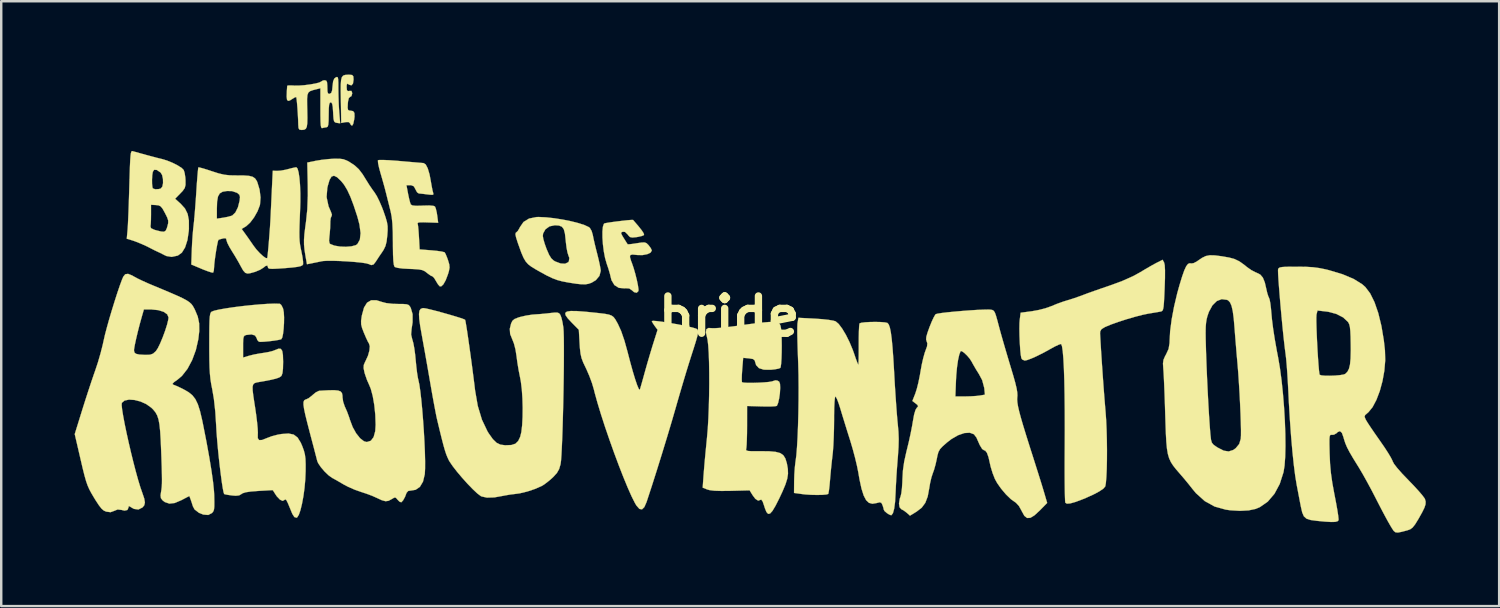
<source format=kicad_pcb>
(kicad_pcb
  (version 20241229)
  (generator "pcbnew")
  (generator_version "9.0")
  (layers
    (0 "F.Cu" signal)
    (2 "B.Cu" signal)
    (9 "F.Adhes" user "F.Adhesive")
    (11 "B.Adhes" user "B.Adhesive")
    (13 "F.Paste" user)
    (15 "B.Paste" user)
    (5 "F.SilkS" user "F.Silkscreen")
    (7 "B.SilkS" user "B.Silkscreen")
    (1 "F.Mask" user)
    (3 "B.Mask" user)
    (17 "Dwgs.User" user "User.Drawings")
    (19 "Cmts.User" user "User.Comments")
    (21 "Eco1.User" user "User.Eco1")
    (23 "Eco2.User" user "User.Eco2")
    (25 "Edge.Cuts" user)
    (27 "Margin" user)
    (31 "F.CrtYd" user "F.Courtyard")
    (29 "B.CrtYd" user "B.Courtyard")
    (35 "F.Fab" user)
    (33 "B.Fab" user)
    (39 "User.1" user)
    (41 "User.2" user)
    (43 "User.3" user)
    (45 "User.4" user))
  (footprint "bride"
    (layer "F.Cu")
    (at 26.755 9.883)
    (property "Reference" "bride" (at 0 0 0) (layer "F.SilkS") (effects (font (size 1.524 1.524) (thickness 0.3))))
    (attr through_hole)
    (fp_poly (pts (xy -15.409 -9.867) (xy -15.362 -9.811) (xy -15.353 -9.684) (xy -15.376 -9.517) (xy -15.44 -9.444) (xy -15.539 -9.473) (xy -15.553 -9.485) (xy -15.609 -9.514) (xy -15.632 -9.463) (xy -15.635 -9.37) (xy -15.625 -9.247) (xy -15.58 -9.208) (xy -15.522 -9.217) (xy -15.437 -9.217) (xy -15.41 -9.135) (xy -15.409 -9.11) (xy -15.438 -9.004) (xy -15.489 -8.975) (xy -15.545 -8.928) (xy -15.579 -8.784) (xy -15.587 -8.692) (xy -15.594 -8.525) (xy -15.578 -8.441) (xy -15.529 -8.413) (xy -15.483 -8.41) (xy -15.371 -8.39) (xy -15.318 -8.315) (xy -15.313 -8.164) (xy -15.328 -8.043) (xy -15.367 -7.866) (xy -15.414 -7.794) (xy -15.466 -7.831) (xy -15.489 -7.881) (xy -15.551 -7.944) (xy -15.679 -7.941) (xy -15.69 -7.939) (xy -15.856 -7.906) (xy -15.872 -8.841) (xy -15.878 -9.206) (xy -15.876 -9.474) (xy -15.862 -9.658) (xy -15.831 -9.776) (xy -15.777 -9.842) (xy -15.695 -9.87) (xy -15.581 -9.878) (xy -15.526 -9.878) (xy -15.409 -9.867)) (stroke (width 0.01) (type solid)) (fill yes) (layer "F.SilkS"))
    (fp_poly (pts (xy -3.926 -3.942) (xy -3.712 -3.693) (xy -3.57 -3.514) (xy -3.495 -3.398) (xy -3.478 -3.334) (xy -3.484 -3.323) (xy -3.565 -3.287) (xy -3.715 -3.252) (xy -3.792 -3.239) (xy -3.957 -3.224) (xy -4.054 -3.244) (xy -4.123 -3.313) (xy -4.145 -3.346) (xy -4.256 -3.453) (xy -4.346 -3.46) (xy -4.406 -3.436) (xy -4.414 -3.39) (xy -4.367 -3.295) (xy -4.307 -3.197) (xy -4.22 -3.058) (xy -4.161 -2.966) (xy -4.148 -2.947) (xy -4.09 -2.947) (xy -3.952 -2.963) (xy -3.775 -2.99) (xy -3.578 -3.019) (xy -3.458 -3.023) (xy -3.38 -2.995) (xy -3.309 -2.928) (xy -3.288 -2.904) (xy -3.201 -2.787) (xy -3.161 -2.696) (xy -3.161 -2.692) (xy -3.212 -2.607) (xy -3.347 -2.543) (xy -3.535 -2.507) (xy -3.749 -2.508) (xy -3.783 -2.512) (xy -3.952 -2.529) (xy -4.04 -2.508) (xy -4.056 -2.431) (xy -4.012 -2.278) (xy -3.972 -2.173) (xy -3.903 -1.971) (xy -3.835 -1.735) (xy -3.775 -1.494) (xy -3.73 -1.277) (xy -3.706 -1.113) (xy -3.708 -1.035) (xy -3.779 -0.966) (xy -3.886 -0.991) (xy -3.974 -1.067) (xy -4.082 -1.141) (xy -4.237 -1.151) (xy -4.279 -1.146) (xy -4.508 -1.166) (xy -4.69 -1.28) (xy -4.808 -1.477) (xy -4.832 -1.569) (xy -4.871 -1.731) (xy -4.935 -1.95) (xy -5.006 -2.159) (xy -5.072 -2.39) (xy -5.123 -2.659) (xy -5.159 -2.944) (xy -5.178 -3.221) (xy -5.179 -3.468) (xy -5.161 -3.661) (xy -5.122 -3.779) (xy -5.093 -3.803) (xy -4.988 -3.824) (xy -4.815 -3.851) (xy -4.602 -3.879) (xy -4.379 -3.906) (xy -4.173 -3.929) (xy -4.015 -3.942) (xy -3.932 -3.944) (xy -3.926 -3.942)) (stroke (width 0.01) (type solid)) (fill yes) (layer "F.SilkS"))
    (fp_poly (pts (xy -7.486 -4.049) (xy -7.149 -4.012) (xy -6.799 -3.957) (xy -6.461 -3.889) (xy -6.157 -3.812) (xy -5.909 -3.731) (xy -5.74 -3.652) (xy -5.694 -3.616) (xy -5.622 -3.494) (xy -5.574 -3.331) (xy -5.573 -3.326) (xy -5.546 -3.189) (xy -5.498 -2.976) (xy -5.436 -2.723) (xy -5.396 -2.568) (xy -5.334 -2.316) (xy -5.285 -2.09) (xy -5.255 -1.923) (xy -5.249 -1.861) (xy -5.302 -1.656) (xy -5.449 -1.481) (xy -5.622 -1.377) (xy -5.746 -1.333) (xy -5.875 -1.311) (xy -6.033 -1.312) (xy -6.247 -1.334) (xy -6.543 -1.38) (xy -6.591 -1.388) (xy -6.826 -1.433) (xy -7.031 -1.488) (xy -7.233 -1.565) (xy -7.46 -1.674) (xy -7.74 -1.828) (xy -7.916 -1.928) (xy -8.086 -2.032) (xy -8.215 -2.131) (xy -8.316 -2.245) (xy -8.405 -2.396) (xy -8.495 -2.605) (xy -8.599 -2.894) (xy -8.642 -3.015) (xy -8.71 -3.23) (xy -8.722 -3.29) (xy -7.617 -3.29) (xy -7.595 -3.161) (xy -7.539 -2.967) (xy -7.462 -2.752) (xy -7.456 -2.738) (xy -7.358 -2.514) (xy -7.269 -2.371) (xy -7.167 -2.279) (xy -7.106 -2.244) (xy -6.889 -2.163) (xy -6.705 -2.153) (xy -6.578 -2.214) (xy -6.553 -2.248) (xy -6.532 -2.389) (xy -6.57 -2.491) (xy -6.608 -2.612) (xy -6.646 -2.808) (xy -6.675 -3.043) (xy -6.681 -3.108) (xy -6.711 -3.381) (xy -6.758 -3.561) (xy -6.835 -3.665) (xy -6.955 -3.714) (xy -7.125 -3.725) (xy -7.34 -3.681) (xy -7.508 -3.562) (xy -7.604 -3.392) (xy -7.617 -3.29) (xy -8.722 -3.29) (xy -8.735 -3.359) (xy -8.72 -3.421) (xy -8.705 -3.43) (xy -8.637 -3.494) (xy -8.564 -3.62) (xy -8.553 -3.645) (xy -8.406 -3.859) (xy -8.178 -3.999) (xy -7.877 -4.06) (xy -7.789 -4.063) (xy -7.486 -4.049)) (stroke (width 0.01) (type solid)) (fill yes) (layer "F.SilkS"))
    (fp_poly (pts (xy -15.773 -6.425) (xy -15.629 -6.371) (xy -15.519 -6.311) (xy -15.307 -6.171) (xy -15.138 -6.015) (xy -14.982 -5.811) (xy -14.844 -5.588) (xy -14.714 -5.379) (xy -14.575 -5.174) (xy -14.495 -5.066) (xy -14.402 -4.919) (xy -14.294 -4.701) (xy -14.185 -4.446) (xy -14.131 -4.304) (xy -14.042 -4.044) (xy -13.987 -3.852) (xy -13.961 -3.692) (xy -13.959 -3.525) (xy -13.973 -3.316) (xy -14.002 -3.062) (xy -14.048 -2.878) (xy -14.122 -2.724) (xy -14.178 -2.638) (xy -14.297 -2.464) (xy -14.405 -2.3) (xy -14.44 -2.244) (xy -14.534 -2.123) (xy -14.629 -2.097) (xy -14.732 -2.139) (xy -14.838 -2.169) (xy -15.032 -2.198) (xy -15.288 -2.224) (xy -15.58 -2.246) (xy -15.882 -2.263) (xy -16.17 -2.272) (xy -16.417 -2.273) (xy -16.599 -2.263) (xy -16.651 -2.255) (xy -16.852 -2.213) (xy -17.04 -2.175) (xy -17.082 -2.166) (xy -17.258 -2.132) (xy -17.322 -2.496) (xy -17.358 -2.729) (xy -17.377 -2.932) (xy -17.378 -3.135) (xy -17.361 -3.37) (xy -17.324 -3.669) (xy -17.296 -3.871) (xy -17.244 -4.368) (xy -17.225 -4.873) (xy -16.455 -4.873) (xy -16.375 -4.5) (xy -16.279 -4.279) (xy -16.236 -4.154) (xy -16.254 -4.093) (xy -16.287 -4.021) (xy -16.303 -3.88) (xy -16.303 -3.82) (xy -16.309 -3.612) (xy -16.328 -3.374) (xy -16.338 -3.292) (xy -16.354 -3.098) (xy -16.334 -2.99) (xy -16.305 -2.959) (xy -16.136 -2.893) (xy -15.912 -2.855) (xy -15.669 -2.845) (xy -15.441 -2.863) (xy -15.265 -2.91) (xy -15.199 -2.952) (xy -15.095 -3.136) (xy -15.065 -3.403) (xy -15.111 -3.753) (xy -15.196 -4.075) (xy -15.345 -4.528) (xy -15.48 -4.886) (xy -15.61 -5.166) (xy -15.741 -5.383) (xy -15.861 -5.532) (xy -16.025 -5.688) (xy -16.153 -5.75) (xy -16.253 -5.715) (xy -16.335 -5.577) (xy -16.407 -5.332) (xy -16.426 -5.249) (xy -16.455 -4.873) (xy -17.225 -4.873) (xy -17.222 -4.938) (xy -17.225 -5.388) (xy -17.244 -6.288) (xy -16.905 -6.359) (xy -16.66 -6.399) (xy -16.373 -6.431) (xy -16.168 -6.444) (xy -15.937 -6.446) (xy -15.773 -6.425)) (stroke (width 0.01) (type solid)) (fill yes) (layer "F.SilkS"))
    (fp_poly (pts (xy -6.224 -0.217) (xy -5.871 -0.19) (xy -5.656 -0.169) (xy -5.323 -0.134) (xy -5.082 -0.105) (xy -4.914 -0.073) (xy -4.799 -0.029) (xy -4.718 0.034) (xy -4.651 0.124) (xy -4.579 0.251) (xy -4.551 0.301) (xy -4.416 0.595) (xy -4.279 0.994) (xy -4.155 1.442) (xy -4.042 1.875) (xy -3.938 2.251) (xy -3.844 2.562) (xy -3.764 2.798) (xy -3.702 2.948) (xy -3.661 3.003) (xy -3.649 2.992) (xy -3.623 2.906) (xy -3.574 2.736) (xy -3.51 2.508) (xy -3.441 2.258) (xy -3.349 1.932) (xy -3.245 1.578) (xy -3.146 1.249) (xy -3.093 1.079) (xy -2.925 0.549) (xy -3.043 0.39) (xy -3.122 0.274) (xy -3.16 0.198) (xy -3.161 0.193) (xy -3.109 0.182) (xy -2.97 0.191) (xy -2.764 0.216) (xy -2.513 0.254) (xy -2.24 0.301) (xy -1.967 0.352) (xy -1.715 0.405) (xy -1.506 0.454) (xy -1.363 0.496) (xy -1.313 0.52) (xy -1.282 0.555) (xy -1.269 0.607) (xy -1.274 0.691) (xy -1.304 0.823) (xy -1.359 1.017) (xy -1.444 1.289) (xy -1.556 1.637) (xy -1.647 1.924) (xy -1.76 2.291) (xy -1.885 2.708) (xy -2.014 3.146) (xy -2.139 3.577) (xy -2.173 3.697) (xy -2.341 4.277) (xy -2.534 4.922) (xy -2.741 5.6) (xy -2.952 6.277) (xy -3.156 6.919) (xy -3.344 7.492) (xy -3.377 7.592) (xy -3.467 7.797) (xy -3.562 7.889) (xy -3.667 7.87) (xy -3.785 7.738) (xy -3.847 7.636) (xy -3.983 7.366) (xy -4.143 7.007) (xy -4.321 6.576) (xy -4.51 6.092) (xy -4.703 5.574) (xy -4.893 5.041) (xy -5.075 4.51) (xy -5.24 4.001) (xy -5.382 3.532) (xy -5.496 3.122) (xy -5.528 2.991) (xy -5.606 2.728) (xy -5.717 2.428) (xy -5.839 2.148) (xy -5.855 2.116) (xy -5.963 1.89) (xy -6.033 1.707) (xy -6.074 1.524) (xy -6.1 1.3) (xy -6.112 1.107) (xy -6.144 0.548) (xy -6.438 0.25) (xy -6.596 0.08) (xy -6.686 -0.049) (xy -6.699 -0.14) (xy -6.631 -0.196) (xy -6.475 -0.22) (xy -6.224 -0.217)) (stroke (width 0.01) (type solid)) (fill yes) (layer "F.SilkS"))
    (fp_poly (pts (xy -16 -9.773) (xy -15.983 -9.703) (xy -15.975 -9.559) (xy -15.974 -9.323) (xy -15.974 -9.296) (xy -15.969 -8.992) (xy -15.958 -8.667) (xy -15.941 -8.38) (xy -15.937 -8.329) (xy -15.9 -7.892) (xy -16.036 -7.911) (xy -16.106 -7.929) (xy -16.148 -7.975) (xy -16.171 -8.075) (xy -16.184 -8.253) (xy -16.188 -8.34) (xy -16.203 -8.563) (xy -16.227 -8.692) (xy -16.266 -8.745) (xy -16.287 -8.749) (xy -16.327 -8.727) (xy -16.352 -8.65) (xy -16.365 -8.498) (xy -16.369 -8.252) (xy -16.369 -8.241) (xy -16.373 -7.99) (xy -16.386 -7.834) (xy -16.411 -7.754) (xy -16.449 -7.733) (xy -16.573 -7.713) (xy -16.618 -7.699) (xy -16.653 -7.696) (xy -16.678 -7.732) (xy -16.694 -7.819) (xy -16.703 -7.976) (xy -16.707 -8.216) (xy -16.708 -8.495) (xy -16.708 -9.326) (xy -16.846 -9.291) (xy -17.013 -9.249) (xy -17.128 -9.208) (xy -17.2 -9.149) (xy -17.238 -9.051) (xy -17.252 -8.894) (xy -17.251 -8.659) (xy -17.245 -8.428) (xy -17.24 -8.111) (xy -17.245 -7.891) (xy -17.265 -7.749) (xy -17.305 -7.668) (xy -17.37 -7.631) (xy -17.466 -7.621) (xy -17.484 -7.621) (xy -17.564 -7.634) (xy -17.602 -7.697) (xy -17.613 -7.838) (xy -17.613 -7.86) (xy -17.619 -8.047) (xy -17.631 -8.271) (xy -17.646 -8.503) (xy -17.663 -8.714) (xy -17.68 -8.877) (xy -17.695 -8.961) (xy -17.697 -8.966) (xy -17.751 -8.953) (xy -17.845 -8.896) (xy -17.957 -8.826) (xy -18.031 -8.809) (xy -18.073 -8.858) (xy -18.087 -8.985) (xy -18.08 -9.203) (xy -18.065 -9.426) (xy -18.013 -9.439) (xy -17.882 -9.44) (xy -17.782 -9.435) (xy -17.594 -9.434) (xy -17.368 -9.45) (xy -17.134 -9.48) (xy -16.921 -9.517) (xy -16.759 -9.558) (xy -16.678 -9.598) (xy -16.676 -9.601) (xy -16.6 -9.644) (xy -16.535 -9.652) (xy -16.469 -9.636) (xy -16.437 -9.571) (xy -16.426 -9.429) (xy -16.425 -9.366) (xy -16.42 -9.196) (xy -16.396 -9.114) (xy -16.346 -9.095) (xy -16.327 -9.098) (xy -16.264 -9.138) (xy -16.228 -9.243) (xy -16.211 -9.412) (xy -16.188 -9.608) (xy -16.14 -9.721) (xy -16.084 -9.766) (xy -16.033 -9.788) (xy -16 -9.773)) (stroke (width 0.01) (type solid)) (fill yes) (layer "F.SilkS"))
    (fp_poly (pts (xy -24.39 -6.756) (xy -24.112 -6.678) (xy -23.823 -6.598) (xy -23.553 -6.526) (xy -23.332 -6.468) (xy -23.199 -6.436) (xy -22.983 -6.372) (xy -22.754 -6.279) (xy -22.542 -6.172) (xy -22.378 -6.067) (xy -22.295 -5.983) (xy -22.257 -5.86) (xy -22.229 -5.675) (xy -22.222 -5.56) (xy -22.222 -5.375) (xy -22.253 -5.249) (xy -22.334 -5.132) (xy -22.429 -5.032) (xy -22.647 -4.809) (xy -22.415 -4.6) (xy -22.243 -4.408) (xy -22.135 -4.19) (xy -22.084 -3.921) (xy -22.083 -3.578) (xy -22.089 -3.492) (xy -22.143 -3.12) (xy -22.239 -2.82) (xy -22.371 -2.605) (xy -22.535 -2.487) (xy -22.54 -2.485) (xy -22.787 -2.432) (xy -23 -2.467) (xy -23.086 -2.507) (xy -23.25 -2.591) (xy -23.368 -2.646) (xy -23.507 -2.712) (xy -23.594 -2.757) (xy -23.799 -2.862) (xy -24.051 -2.975) (xy -24.292 -3.071) (xy -24.405 -3.109) (xy -24.623 -3.174) (xy -24.589 -3.548) (xy -24.581 -3.671) (xy -23.655 -3.671) (xy -23.629 -3.604) (xy -23.503 -3.543) (xy -23.424 -3.52) (xy -23.224 -3.47) (xy -23.103 -3.461) (xy -23.034 -3.501) (xy -22.987 -3.601) (xy -22.964 -3.676) (xy -22.93 -3.812) (xy -22.93 -3.922) (xy -22.972 -4.047) (xy -23.061 -4.225) (xy -23.158 -4.4) (xy -23.236 -4.496) (xy -23.322 -4.539) (xy -23.429 -4.551) (xy -23.632 -4.562) (xy -23.632 -4.158) (xy -23.635 -3.945) (xy -23.644 -3.771) (xy -23.655 -3.672) (xy -23.655 -3.671) (xy -24.581 -3.671) (xy -24.578 -3.71) (xy -24.566 -3.964) (xy -24.552 -4.29) (xy -24.539 -4.666) (xy -24.526 -5.072) (xy -24.518 -5.352) (xy -24.511 -5.59) (xy -23.591 -5.59) (xy -23.589 -5.413) (xy -23.574 -5.278) (xy -23.556 -5.231) (xy -23.458 -5.196) (xy -23.311 -5.205) (xy -23.232 -5.227) (xy -23.169 -5.305) (xy -23.14 -5.449) (xy -23.144 -5.621) (xy -23.179 -5.78) (xy -23.241 -5.881) (xy -23.398 -5.987) (xy -23.505 -5.992) (xy -23.559 -5.909) (xy -23.582 -5.769) (xy -23.591 -5.59) (xy -24.511 -5.59) (xy -24.505 -5.793) (xy -24.494 -6.133) (xy -24.482 -6.385) (xy -24.469 -6.561) (xy -24.454 -6.674) (xy -24.434 -6.735) (xy -24.41 -6.757) (xy -24.39 -6.756)) (stroke (width 0.01) (type solid)) (fill yes) (layer "F.SilkS"))
    (fp_poly (pts (xy 17.781 -2.2) (xy 17.805 -2.093) (xy 17.817 -1.883) (xy 17.816 -1.569) (xy 17.802 -1.155) (xy 17.787 -0.811) (xy 17.773 -0.563) (xy 17.758 -0.395) (xy 17.738 -0.291) (xy 17.712 -0.234) (xy 17.675 -0.208) (xy 17.644 -0.199) (xy 17.53 -0.178) (xy 17.344 -0.147) (xy 17.132 -0.112) (xy 16.886 -0.061) (xy 16.576 0.02) (xy 16.237 0.119) (xy 15.902 0.228) (xy 15.604 0.334) (xy 15.378 0.429) (xy 15.353 0.441) (xy 15.22 0.523) (xy 15.167 0.616) (xy 15.163 0.707) (xy 15.181 1.034) (xy 15.206 1.446) (xy 15.237 1.914) (xy 15.271 2.41) (xy 15.307 2.905) (xy 15.343 3.372) (xy 15.377 3.783) (xy 15.388 3.911) (xy 15.412 4.25) (xy 15.429 4.637) (xy 15.44 5.05) (xy 15.445 5.469) (xy 15.443 5.875) (xy 15.435 6.247) (xy 15.42 6.565) (xy 15.4 6.808) (xy 15.376 6.948) (xy 15.304 7.035) (xy 15.14 7.148) (xy 14.896 7.279) (xy 14.586 7.419) (xy 14.467 7.469) (xy 14.161 7.584) (xy 13.944 7.645) (xy 13.807 7.655) (xy 13.743 7.618) (xy 13.734 7.549) (xy 13.727 7.379) (xy 13.721 7.122) (xy 13.717 6.791) (xy 13.715 6.399) (xy 13.715 5.957) (xy 13.717 5.48) (xy 13.718 5.427) (xy 13.721 4.61) (xy 13.719 3.867) (xy 13.712 3.202) (xy 13.701 2.622) (xy 13.684 2.13) (xy 13.663 1.73) (xy 13.637 1.428) (xy 13.608 1.229) (xy 13.574 1.135) (xy 13.561 1.129) (xy 13.473 1.156) (xy 13.323 1.226) (xy 13.161 1.315) (xy 12.875 1.473) (xy 12.601 1.611) (xy 12.36 1.72) (xy 12.175 1.788) (xy 12.081 1.806) (xy 11.978 1.761) (xy 11.945 1.707) (xy 11.92 1.567) (xy 11.898 1.346) (xy 11.881 1.075) (xy 11.869 0.785) (xy 11.864 0.51) (xy 11.868 0.279) (xy 11.877 0.155) (xy 11.915 -0.15) (xy 12.384 -0.212) (xy 12.652 -0.261) (xy 12.922 -0.33) (xy 13.14 -0.406) (xy 13.157 -0.413) (xy 13.394 -0.51) (xy 13.661 -0.606) (xy 13.801 -0.649) (xy 14.053 -0.727) (xy 14.33 -0.823) (xy 14.478 -0.878) (xy 14.661 -0.947) (xy 14.919 -1.039) (xy 15.22 -1.144) (xy 15.53 -1.25) (xy 15.574 -1.265) (xy 16.073 -1.449) (xy 16.508 -1.643) (xy 16.788 -1.796) (xy 17.021 -1.935) (xy 17.249 -2.067) (xy 17.432 -2.168) (xy 17.482 -2.194) (xy 17.719 -2.314) (xy 17.781 -2.2)) (stroke (width 0.01) (type solid)) (fill yes) (layer "F.SilkS"))
    (fp_poly (pts (xy -14.123 -6.393) (xy -13.891 -6.383) (xy -13.608 -6.363) (xy -13.434 -6.348) (xy -13.128 -6.321) (xy -12.859 -6.298) (xy -12.649 -6.28) (xy -12.519 -6.269) (xy -12.49 -6.268) (xy -12.403 -6.21) (xy -12.321 -6.053) (xy -12.248 -5.809) (xy -12.199 -5.551) (xy -12.162 -5.337) (xy -12.127 -5.157) (xy -12.099 -5.05) (xy -12.098 -5.048) (xy -12.087 -4.991) (xy -12.129 -4.968) (xy -12.248 -4.976) (xy -12.332 -4.986) (xy -12.509 -5.008) (xy -12.646 -5.022) (xy -12.683 -5.024) (xy -12.755 -5.071) (xy -12.819 -5.187) (xy -12.821 -5.193) (xy -12.889 -5.318) (xy -12.996 -5.361) (xy -13.035 -5.362) (xy -13.19 -5.362) (xy -13.123 -5.004) (xy -13.081 -4.806) (xy -13.04 -4.649) (xy -13.011 -4.573) (xy -12.947 -4.536) (xy -12.806 -4.52) (xy -12.571 -4.525) (xy -12.522 -4.528) (xy -12.257 -4.534) (xy -12.086 -4.518) (xy -12.025 -4.491) (xy -11.989 -4.402) (xy -11.952 -4.244) (xy -11.934 -4.128) (xy -11.894 -3.827) (xy -12.255 -3.839) (xy -12.494 -3.846) (xy -12.64 -3.844) (xy -12.714 -3.832) (xy -12.736 -3.805) (xy -12.728 -3.768) (xy -12.714 -3.682) (xy -12.698 -3.514) (xy -12.683 -3.296) (xy -12.678 -3.217) (xy -12.652 -2.738) (xy -12.161 -2.699) (xy -11.935 -2.677) (xy -11.753 -2.651) (xy -11.643 -2.624) (xy -11.626 -2.615) (xy -11.584 -2.538) (xy -11.525 -2.392) (xy -11.491 -2.295) (xy -11.44 -2.124) (xy -11.429 -1.994) (xy -11.456 -1.848) (xy -11.493 -1.724) (xy -11.585 -1.48) (xy -11.681 -1.309) (xy -11.771 -1.226) (xy -11.831 -1.229) (xy -11.898 -1.304) (xy -11.977 -1.433) (xy -11.988 -1.453) (xy -12.062 -1.574) (xy -12.124 -1.635) (xy -12.133 -1.637) (xy -12.205 -1.67) (xy -12.321 -1.753) (xy -12.354 -1.78) (xy -12.446 -1.849) (xy -12.546 -1.893) (xy -12.681 -1.919) (xy -12.882 -1.934) (xy -13.066 -1.941) (xy -13.343 -1.956) (xy -13.548 -1.983) (xy -13.664 -2.017) (xy -13.676 -2.026) (xy -13.705 -2.102) (xy -13.726 -2.265) (xy -13.739 -2.524) (xy -13.744 -2.886) (xy -13.744 -3.009) (xy -13.749 -3.447) (xy -13.765 -3.792) (xy -13.793 -4.064) (xy -13.835 -4.283) (xy -13.837 -4.29) (xy -13.904 -4.559) (xy -13.978 -4.855) (xy -14.02 -5.024) (xy -14.081 -5.261) (xy -14.161 -5.548) (xy -14.242 -5.83) (xy -14.253 -5.866) (xy -14.312 -6.084) (xy -14.349 -6.259) (xy -14.358 -6.366) (xy -14.352 -6.385) (xy -14.284 -6.394) (xy -14.123 -6.393)) (stroke (width 0.01) (type solid)) (fill yes) (layer "F.SilkS"))
    (fp_poly (pts (xy 1.904 0.231) (xy 2.008 0.255) (xy 2.066 0.312) (xy 2.099 0.381) (xy 2.121 0.491) (xy 2.137 0.68) (xy 2.147 0.923) (xy 2.151 1.195) (xy 2.148 1.471) (xy 2.14 1.725) (xy 2.126 1.933) (xy 2.107 2.07) (xy 2.092 2.107) (xy 2.014 2.137) (xy 1.86 2.165) (xy 1.714 2.181) (xy 1.421 2.179) (xy 1.219 2.116) (xy 1.103 1.992) (xy 1.073 1.897) (xy 1.04 1.793) (xy 0.968 1.741) (xy 0.821 1.717) (xy 0.809 1.715) (xy 0.574 1.694) (xy 0.534 2.176) (xy 0.52 2.398) (xy 0.516 2.574) (xy 0.522 2.677) (xy 0.527 2.691) (xy 0.601 2.708) (xy 0.757 2.717) (xy 0.967 2.717) (xy 1.202 2.71) (xy 1.43 2.697) (xy 1.624 2.68) (xy 1.754 2.658) (xy 1.788 2.645) (xy 1.894 2.613) (xy 1.973 2.624) (xy 2.046 2.668) (xy 2.08 2.76) (xy 2.087 2.925) (xy 2.075 3.139) (xy 2.044 3.355) (xy 2.002 3.538) (xy 1.955 3.65) (xy 1.947 3.659) (xy 1.878 3.673) (xy 1.722 3.682) (xy 1.504 3.683) (xy 1.321 3.68) (xy 0.734 3.663) (xy 0.733 4.47) (xy 0.731 4.77) (xy 0.724 5.037) (xy 0.715 5.247) (xy 0.704 5.376) (xy 0.7 5.396) (xy 0.691 5.448) (xy 0.71 5.482) (xy 0.776 5.501) (xy 0.907 5.51) (xy 1.122 5.511) (xy 1.28 5.51) (xy 1.639 5.514) (xy 1.902 5.538) (xy 2.089 5.588) (xy 2.214 5.675) (xy 2.297 5.805) (xy 2.354 5.987) (xy 2.362 6.02) (xy 2.4 6.236) (xy 2.406 6.433) (xy 2.375 6.636) (xy 2.302 6.869) (xy 2.182 7.155) (xy 2.05 7.437) (xy 1.894 7.745) (xy 1.771 7.951) (xy 1.673 8.059) (xy 1.594 8.073) (xy 1.525 7.997) (xy 1.459 7.834) (xy 1.435 7.755) (xy 1.371 7.569) (xy 1.317 7.491) (xy 1.286 7.497) (xy 1.186 7.532) (xy 1.069 7.456) (xy 0.956 7.304) (xy 0.837 7.111) (xy 0.066 7.131) (xy -0.313 7.135) (xy -0.594 7.127) (xy -0.789 7.104) (xy -0.893 7.076) (xy -1.081 7.001) (xy -1.044 6.478) (xy -1.025 6.239) (xy -0.998 5.921) (xy -0.964 5.556) (xy -0.927 5.179) (xy -0.906 4.967) (xy -0.874 4.599) (xy -0.849 4.177) (xy -0.831 3.72) (xy -0.819 3.244) (xy -0.813 2.766) (xy -0.814 2.305) (xy -0.821 1.876) (xy -0.834 1.497) (xy -0.855 1.186) (xy -0.881 0.958) (xy -0.902 0.865) (xy -0.95 0.652) (xy -0.931 0.524) (xy -0.841 0.473) (xy -0.719 0.481) (xy -0.603 0.484) (xy -0.398 0.471) (xy -0.127 0.445) (xy 0.187 0.406) (xy 0.437 0.371) (xy 0.781 0.322) (xy 1.111 0.28) (xy 1.401 0.249) (xy 1.623 0.23) (xy 1.721 0.226) (xy 1.904 0.231)) (stroke (width 0.01) (type solid)) (fill yes) (layer "F.SilkS"))
    (fp_poly (pts (xy -12.389 -0.323) (xy -12.213 -0.282) (xy -11.982 -0.224) (xy -11.721 -0.153) (xy -11.452 -0.077) (xy -11.201 -0.003) (xy -10.992 0.062) (xy -10.847 0.113) (xy -10.793 0.139) (xy -10.777 0.201) (xy -10.75 0.359) (xy -10.712 0.596) (xy -10.668 0.897) (xy -10.618 1.246) (xy -10.565 1.626) (xy -10.512 2.021) (xy -10.461 2.414) (xy -10.413 2.791) (xy -10.386 3.02) (xy -10.275 3.66) (xy -10.105 4.223) (xy -9.879 4.698) (xy -9.826 4.784) (xy -9.659 5.018) (xy -9.509 5.165) (xy -9.351 5.242) (xy -9.159 5.268) (xy -9.148 5.268) (xy -8.901 5.258) (xy -8.735 5.204) (xy -8.622 5.091) (xy -8.542 4.925) (xy -8.494 4.731) (xy -8.461 4.45) (xy -8.443 4.109) (xy -8.439 3.733) (xy -8.45 3.349) (xy -8.475 2.981) (xy -8.515 2.656) (xy -8.548 2.484) (xy -8.605 2.197) (xy -8.658 1.874) (xy -8.691 1.623) (xy -8.733 1.355) (xy -8.796 1.111) (xy -8.856 0.958) (xy -8.952 0.721) (xy -8.966 0.507) (xy -8.913 0.291) (xy -8.859 0.181) (xy -8.77 0.106) (xy -8.613 0.044) (xy -8.541 0.023) (xy -8.301 -0.033) (xy -8.046 -0.072) (xy -7.94 -0.08) (xy -7.71 -0.096) (xy -7.446 -0.121) (xy -7.31 -0.137) (xy -7.118 -0.157) (xy -7.006 -0.153) (xy -6.941 -0.118) (xy -6.899 -0.06) (xy -6.855 0.057) (xy -6.811 0.244) (xy -6.777 0.451) (xy -6.766 0.61) (xy -6.758 0.864) (xy -6.755 1.197) (xy -6.755 1.595) (xy -6.757 2.043) (xy -6.763 2.527) (xy -6.771 3.031) (xy -6.781 3.541) (xy -6.794 4.042) (xy -6.807 4.52) (xy -6.822 4.959) (xy -6.839 5.345) (xy -6.855 5.662) (xy -6.872 5.898) (xy -6.89 6.035) (xy -6.89 6.038) (xy -6.95 6.243) (xy -7.042 6.404) (xy -7.196 6.571) (xy -7.218 6.592) (xy -7.386 6.738) (xy -7.549 6.863) (xy -7.643 6.923) (xy -7.921 7.048) (xy -8.245 7.157) (xy -8.56 7.233) (xy -8.721 7.255) (xy -8.944 7.282) (xy -9.166 7.32) (xy -9.229 7.333) (xy -9.599 7.399) (xy -9.9 7.408) (xy -10.119 7.36) (xy -10.154 7.343) (xy -10.292 7.239) (xy -10.477 7.066) (xy -10.69 6.846) (xy -10.911 6.601) (xy -11.121 6.352) (xy -11.3 6.122) (xy -11.429 5.933) (xy -11.466 5.866) (xy -11.519 5.751) (xy -11.569 5.625) (xy -11.619 5.472) (xy -11.675 5.277) (xy -11.741 5.023) (xy -11.823 4.693) (xy -11.924 4.272) (xy -11.94 4.205) (xy -11.975 4.043) (xy -12.023 3.793) (xy -12.082 3.48) (xy -12.146 3.127) (xy -12.21 2.758) (xy -12.214 2.738) (xy -12.286 2.321) (xy -12.364 1.873) (xy -12.442 1.432) (xy -12.514 1.035) (xy -12.56 0.779) (xy -12.628 0.395) (xy -12.667 0.107) (xy -12.678 -0.097) (xy -12.659 -0.23) (xy -12.611 -0.305) (xy -12.531 -0.336) (xy -12.487 -0.338) (xy -12.389 -0.323)) (stroke (width 0.01) (type solid)) (fill yes) (layer "F.SilkS"))
    (fp_poly (pts (xy -14.204 -0.593) (xy -14.018 -0.544) (xy -13.755 -0.514) (xy -13.55 -0.508) (xy -13.325 -0.506) (xy -13.185 -0.495) (xy -13.102 -0.466) (xy -13.05 -0.41) (xy -13.012 -0.341) (xy -12.94 -0.092) (xy -12.94 0.242) (xy -12.98 0.508) (xy -13 0.74) (xy -12.953 0.941) (xy -12.946 0.958) (xy -12.908 1.097) (xy -12.868 1.314) (xy -12.833 1.577) (xy -12.814 1.777) (xy -12.787 2.054) (xy -12.756 2.31) (xy -12.724 2.511) (xy -12.703 2.602) (xy -12.664 2.785) (xy -12.624 3.06) (xy -12.584 3.409) (xy -12.546 3.81) (xy -12.511 4.245) (xy -12.48 4.693) (xy -12.455 5.135) (xy -12.437 5.55) (xy -12.428 5.918) (xy -12.429 6.22) (xy -12.44 6.436) (xy -12.442 6.454) (xy -12.514 6.754) (xy -12.641 6.968) (xy -12.816 7.088) (xy -12.961 7.112) (xy -13.116 7.135) (xy -13.185 7.211) (xy -13.25 7.38) (xy -13.328 7.521) (xy -13.398 7.596) (xy -13.406 7.599) (xy -13.477 7.571) (xy -13.553 7.493) (xy -13.623 7.412) (xy -13.688 7.407) (xy -13.79 7.467) (xy -13.924 7.539) (xy -14.047 7.555) (xy -14.198 7.514) (xy -14.381 7.429) (xy -14.578 7.341) (xy -14.827 7.247) (xy -15.043 7.176) (xy -15.3 7.086) (xy -15.567 6.97) (xy -15.75 6.874) (xy -15.943 6.761) (xy -16.122 6.659) (xy -16.222 6.605) (xy -16.369 6.501) (xy -16.533 6.345) (xy -16.685 6.168) (xy -16.797 6.004) (xy -16.837 5.912) (xy -16.86 5.819) (xy -16.908 5.636) (xy -16.973 5.384) (xy -17.053 5.082) (xy -17.135 4.77) (xy -17.244 4.349) (xy -17.324 4.025) (xy -17.375 3.784) (xy -17.399 3.613) (xy -17.398 3.502) (xy -17.373 3.436) (xy -17.326 3.403) (xy -17.3 3.396) (xy -17.189 3.344) (xy -17.055 3.24) (xy -17.025 3.212) (xy -16.893 3.104) (xy -16.767 3.044) (xy -16.743 3.04) (xy -16.398 3.021) (xy -16.149 3.016) (xy -15.981 3.032) (xy -15.878 3.071) (xy -15.825 3.14) (xy -15.806 3.241) (xy -15.804 3.311) (xy -15.778 3.491) (xy -15.712 3.684) (xy -15.698 3.713) (xy -15.618 3.893) (xy -15.536 4.116) (xy -15.5 4.229) (xy -15.389 4.524) (xy -15.246 4.781) (xy -15.087 4.981) (xy -14.926 5.105) (xy -14.81 5.136) (xy -14.648 5.085) (xy -14.533 4.935) (xy -14.466 4.69) (xy -14.45 4.432) (xy -14.464 4.023) (xy -14.505 3.623) (xy -14.568 3.26) (xy -14.648 2.962) (xy -14.708 2.815) (xy -14.804 2.597) (xy -14.886 2.361) (xy -14.907 2.288) (xy -14.942 2.113) (xy -14.935 1.987) (xy -14.879 1.855) (xy -14.858 1.816) (xy -14.763 1.607) (xy -14.705 1.398) (xy -14.689 1.221) (xy -14.72 1.114) (xy -14.769 1.029) (xy -14.843 0.872) (xy -14.926 0.678) (xy -14.927 0.677) (xy -15.005 0.475) (xy -15.042 0.326) (xy -15.045 0.184) (xy -15.019 -0.002) (xy -15.009 -0.056) (xy -14.925 -0.36) (xy -14.801 -0.56) (xy -14.633 -0.658) (xy -14.415 -0.659) (xy -14.204 -0.593)) (stroke (width 0.01) (type solid)) (fill yes) (layer "F.SilkS"))
    (fp_poly (pts (xy 3.519 0.093) (xy 3.812 0.114) (xy 4.068 0.142) (xy 4.261 0.175) (xy 4.355 0.204) (xy 4.477 0.308) (xy 4.62 0.499) (xy 4.773 0.754) (xy 4.921 1.052) (xy 5.054 1.371) (xy 5.106 1.517) (xy 5.177 1.724) (xy 5.236 1.882) (xy 5.273 1.967) (xy 5.28 1.976) (xy 5.287 1.922) (xy 5.293 1.776) (xy 5.296 1.557) (xy 5.297 1.285) (xy 5.297 1.162) (xy 5.298 0.867) (xy 5.304 0.611) (xy 5.313 0.416) (xy 5.326 0.304) (xy 5.331 0.287) (xy 5.4 0.261) (xy 5.552 0.242) (xy 5.755 0.23) (xy 5.979 0.226) (xy 6.193 0.231) (xy 6.366 0.245) (xy 6.468 0.267) (xy 6.474 0.27) (xy 6.524 0.332) (xy 6.569 0.455) (xy 6.609 0.648) (xy 6.645 0.919) (xy 6.679 1.277) (xy 6.712 1.73) (xy 6.745 2.287) (xy 6.748 2.342) (xy 6.772 2.778) (xy 6.8 3.212) (xy 6.828 3.621) (xy 6.855 3.98) (xy 6.879 4.266) (xy 6.893 4.403) (xy 6.921 4.715) (xy 6.932 5.015) (xy 6.924 5.341) (xy 6.898 5.733) (xy 6.891 5.814) (xy 6.863 6.172) (xy 6.837 6.554) (xy 6.817 6.915) (xy 6.804 7.21) (xy 6.803 7.225) (xy 6.783 7.585) (xy 6.746 7.861) (xy 6.696 8.043) (xy 6.635 8.125) (xy 6.618 8.128) (xy 6.542 8.099) (xy 6.447 8.04) (xy 6.354 7.959) (xy 6.322 7.903) (xy 6.303 7.817) (xy 6.268 7.713) (xy 6.223 7.622) (xy 6.156 7.599) (xy 6.027 7.63) (xy 6.021 7.632) (xy 5.855 7.659) (xy 5.716 7.622) (xy 5.6 7.513) (xy 5.5 7.323) (xy 5.411 7.043) (xy 5.329 6.664) (xy 5.28 6.378) (xy 5.228 6.117) (xy 5.15 5.788) (xy 5.055 5.433) (xy 4.954 5.09) (xy 4.942 5.052) (xy 4.836 4.718) (xy 4.729 4.371) (xy 4.63 4.051) (xy 4.553 3.795) (xy 4.545 3.768) (xy 4.475 3.551) (xy 4.411 3.383) (xy 4.361 3.287) (xy 4.344 3.274) (xy 4.324 3.328) (xy 4.308 3.484) (xy 4.296 3.728) (xy 4.29 4.05) (xy 4.29 4.221) (xy 4.286 4.582) (xy 4.275 4.945) (xy 4.26 5.278) (xy 4.24 5.548) (xy 4.229 5.646) (xy 4.196 5.934) (xy 4.161 6.272) (xy 4.131 6.598) (xy 4.125 6.675) (xy 4.104 6.913) (xy 4.081 7.107) (xy 4.059 7.23) (xy 4.049 7.259) (xy 3.97 7.281) (xy 3.809 7.295) (xy 3.594 7.299) (xy 3.355 7.294) (xy 3.122 7.279) (xy 2.977 7.262) (xy 2.653 7.217) (xy 2.657 6.727) (xy 2.666 6.454) (xy 2.685 6.18) (xy 2.71 5.956) (xy 2.715 5.927) (xy 2.747 5.683) (xy 2.774 5.346) (xy 2.798 4.934) (xy 2.816 4.465) (xy 2.83 3.958) (xy 2.838 3.433) (xy 2.84 2.909) (xy 2.836 2.403) (xy 2.824 1.935) (xy 2.817 1.75) (xy 2.803 1.369) (xy 2.793 1.015) (xy 2.787 0.706) (xy 2.787 0.463) (xy 2.793 0.305) (xy 2.797 0.269) (xy 2.832 0.058) (xy 3.519 0.093)) (stroke (width 0.01) (type solid)) (fill yes) (layer "F.SilkS"))
    (fp_poly (pts (xy 19.853 -2.494) (xy 20.133 -2.458) (xy 20.15 -2.455) (xy 20.444 -2.404) (xy 20.665 -2.342) (xy 20.852 -2.252) (xy 21.045 -2.116) (xy 21.17 -2.015) (xy 21.341 -1.894) (xy 21.52 -1.801) (xy 21.564 -1.784) (xy 21.71 -1.71) (xy 21.817 -1.585) (xy 21.897 -1.386) (xy 21.957 -1.126) (xy 21.999 -0.946) (xy 22.043 -0.81) (xy 22.066 -0.766) (xy 22.095 -0.682) (xy 22.125 -0.518) (xy 22.15 -0.305) (xy 22.154 -0.252) (xy 22.189 0.127) (xy 22.238 0.513) (xy 22.304 0.936) (xy 22.391 1.425) (xy 22.438 1.665) (xy 22.515 2.117) (xy 22.582 2.622) (xy 22.638 3.161) (xy 22.683 3.717) (xy 22.716 4.271) (xy 22.735 4.805) (xy 22.74 5.3) (xy 22.73 5.738) (xy 22.704 6.101) (xy 22.661 6.368) (xy 22.507 6.849) (xy 22.29 7.253) (xy 22.018 7.571) (xy 21.696 7.796) (xy 21.52 7.87) (xy 21.235 7.93) (xy 20.88 7.949) (xy 20.489 7.926) (xy 20.298 7.899) (xy 19.843 7.772) (xy 19.44 7.549) (xy 19.082 7.226) (xy 18.937 7.052) (xy 18.78 6.853) (xy 18.59 6.623) (xy 18.418 6.423) (xy 18.269 6.251) (xy 18.15 6.1) (xy 18.057 5.955) (xy 17.986 5.802) (xy 17.934 5.624) (xy 17.897 5.405) (xy 17.871 5.131) (xy 17.852 4.785) (xy 17.837 4.353) (xy 17.826 4.01) (xy 17.813 3.583) (xy 17.799 3.177) (xy 17.784 2.809) (xy 17.77 2.499) (xy 17.757 2.265) (xy 17.747 2.131) (xy 17.734 1.925) (xy 17.755 1.774) (xy 17.821 1.623) (xy 17.859 1.556) (xy 17.963 1.331) (xy 18.003 1.091) (xy 18.006 0.991) (xy 18.025 0.637) (xy 19.477 0.637) (xy 19.48 0.92) (xy 19.49 1.289) (xy 19.495 1.468) (xy 19.514 1.998) (xy 19.537 2.544) (xy 19.563 3.086) (xy 19.59 3.603) (xy 19.618 4.074) (xy 19.645 4.477) (xy 19.67 4.793) (xy 19.675 4.843) (xy 19.697 5.039) (xy 19.732 5.161) (xy 19.801 5.247) (xy 19.927 5.335) (xy 19.972 5.364) (xy 20.217 5.489) (xy 20.42 5.521) (xy 20.604 5.462) (xy 20.708 5.388) (xy 20.85 5.216) (xy 20.914 5.003) (xy 20.922 4.87) (xy 20.923 4.643) (xy 20.916 4.339) (xy 20.904 3.978) (xy 20.886 3.578) (xy 20.865 3.156) (xy 20.839 2.732) (xy 20.812 2.323) (xy 20.782 1.949) (xy 20.769 1.806) (xy 20.742 1.501) (xy 20.712 1.134) (xy 20.681 0.756) (xy 20.66 0.48) (xy 20.626 0.082) (xy 20.586 -0.217) (xy 20.537 -0.43) (xy 20.476 -0.57) (xy 20.398 -0.653) (xy 20.353 -0.676) (xy 20.136 -0.705) (xy 19.935 -0.628) (xy 19.757 -0.453) (xy 19.612 -0.188) (xy 19.55 -0.01) (xy 19.518 0.117) (xy 19.496 0.255) (xy 19.482 0.422) (xy 19.477 0.637) (xy 18.025 0.637) (xy 18.028 0.594) (xy 18.09 0.12) (xy 18.188 -0.402) (xy 18.317 -0.947) (xy 18.407 -1.27) (xy 18.515 -1.624) (xy 18.605 -1.88) (xy 18.683 -2.049) (xy 18.756 -2.143) (xy 18.83 -2.174) (xy 18.887 -2.163) (xy 18.979 -2.175) (xy 19.111 -2.241) (xy 19.149 -2.268) (xy 19.33 -2.392) (xy 19.485 -2.467) (xy 19.648 -2.499) (xy 19.853 -2.494)) (stroke (width 0.01) (type solid)) (fill yes) (layer "F.SilkS"))
    (fp_poly (pts (xy -18.386 -0.517) (xy -18.363 -0.515) (xy -18.304 -0.462) (xy -18.242 -0.339) (xy -18.23 -0.306) (xy -18.204 -0.163) (xy -18.193 0.039) (xy -18.196 0.272) (xy -18.211 0.506) (xy -18.235 0.714) (xy -18.268 0.866) (xy -18.308 0.935) (xy -18.308 0.935) (xy -18.424 0.963) (xy -18.603 0.992) (xy -18.809 1.017) (xy -19.006 1.035) (xy -19.157 1.042) (xy -19.221 1.036) (xy -19.29 0.962) (xy -19.315 0.884) (xy -19.38 0.78) (xy -19.525 0.736) (xy -19.73 0.758) (xy -19.733 0.758) (xy -19.801 0.782) (xy -19.841 0.829) (xy -19.861 0.924) (xy -19.868 1.091) (xy -19.868 1.237) (xy -19.868 1.682) (xy -19.622 1.608) (xy -19.42 1.558) (xy -19.177 1.513) (xy -19.044 1.494) (xy -18.833 1.458) (xy -18.646 1.41) (xy -18.56 1.376) (xy -18.42 1.32) (xy -18.326 1.327) (xy -18.269 1.409) (xy -18.24 1.578) (xy -18.232 1.847) (xy -18.232 1.865) (xy -18.238 2.137) (xy -18.258 2.317) (xy -18.296 2.422) (xy -18.316 2.447) (xy -18.392 2.497) (xy -18.526 2.544) (xy -18.734 2.594) (xy -19.032 2.651) (xy -19.191 2.678) (xy -19.314 2.7) (xy -19.402 2.729) (xy -19.456 2.783) (xy -19.48 2.876) (xy -19.477 3.026) (xy -19.45 3.249) (xy -19.403 3.561) (xy -19.381 3.698) (xy -19.334 4.022) (xy -19.297 4.323) (xy -19.273 4.576) (xy -19.264 4.756) (xy -19.267 4.816) (xy -19.268 4.978) (xy -19.214 5.056) (xy -19.093 5.053) (xy -18.895 4.974) (xy -18.894 4.974) (xy -18.699 4.9) (xy -18.457 4.836) (xy -18.297 4.808) (xy -18.01 4.788) (xy -17.8 4.831) (xy -17.642 4.95) (xy -17.512 5.16) (xy -17.447 5.31) (xy -17.383 5.486) (xy -17.342 5.645) (xy -17.319 5.821) (xy -17.311 6.046) (xy -17.312 6.322) (xy -17.326 6.663) (xy -17.357 7.013) (xy -17.403 7.351) (xy -17.46 7.659) (xy -17.523 7.919) (xy -17.59 8.111) (xy -17.656 8.216) (xy -17.682 8.23) (xy -17.772 8.203) (xy -17.854 8.075) (xy -17.866 8.048) (xy -17.947 7.851) (xy -18.032 7.647) (xy -18.037 7.635) (xy -18.102 7.506) (xy -18.151 7.479) (xy -18.171 7.5) (xy -18.249 7.542) (xy -18.359 7.492) (xy -18.485 7.362) (xy -18.542 7.279) (xy -18.655 7.101) (xy -19.243 7.135) (xy -19.548 7.158) (xy -19.757 7.189) (xy -19.887 7.23) (xy -19.934 7.261) (xy -20.03 7.317) (xy -20.17 7.332) (xy -20.327 7.319) (xy -20.496 7.295) (xy -20.613 7.272) (xy -20.642 7.26) (xy -20.667 7.186) (xy -20.7 7.018) (xy -20.738 6.774) (xy -20.778 6.472) (xy -20.82 6.13) (xy -20.861 5.767) (xy -20.898 5.402) (xy -20.929 5.051) (xy -20.953 4.734) (xy -20.967 4.487) (xy -21.004 3.899) (xy -21.062 3.372) (xy -21.127 2.992) (xy -21.17 2.773) (xy -21.202 2.566) (xy -21.224 2.349) (xy -21.239 2.098) (xy -21.247 1.792) (xy -21.251 1.408) (xy -21.251 1.138) (xy -21.25 0.724) (xy -21.247 0.408) (xy -21.241 0.176) (xy -21.23 0.015) (xy -21.213 -0.09) (xy -21.191 -0.153) (xy -21.161 -0.188) (xy -21.159 -0.19) (xy -21.052 -0.232) (xy -20.854 -0.278) (xy -20.583 -0.326) (xy -20.261 -0.374) (xy -19.908 -0.419) (xy -19.544 -0.458) (xy -19.189 -0.49) (xy -18.864 -0.512) (xy -18.59 -0.522) (xy -18.386 -0.517)) (stroke (width 0.01) (type solid)) (fill yes) (layer "F.SilkS"))
    (fp_poly (pts (xy -17.643 -6.042) (xy -17.6 -5.893) (xy -17.566 -5.665) (xy -17.541 -5.374) (xy -17.528 -5.038) (xy -17.528 -4.674) (xy -17.534 -4.459) (xy -17.551 -4.03) (xy -17.563 -3.695) (xy -17.568 -3.436) (xy -17.566 -3.234) (xy -17.557 -3.071) (xy -17.539 -2.927) (xy -17.514 -2.785) (xy -17.483 -2.643) (xy -17.441 -2.426) (xy -17.417 -2.246) (xy -17.415 -2.135) (xy -17.418 -2.124) (xy -17.451 -2.084) (xy -17.524 -2.051) (xy -17.653 -2.024) (xy -17.853 -1.999) (xy -18.139 -1.974) (xy -18.443 -1.953) (xy -18.66 -1.943) (xy -18.787 -1.949) (xy -18.843 -1.976) (xy -18.852 -2.007) (xy -18.876 -2.08) (xy -18.951 -2.06) (xy -19.028 -1.998) (xy -19.173 -1.906) (xy -19.376 -1.821) (xy -19.582 -1.764) (xy -19.684 -1.752) (xy -19.777 -1.779) (xy -19.866 -1.878) (xy -19.952 -2.03) (xy -20.06 -2.228) (xy -20.198 -2.464) (xy -20.32 -2.66) (xy -20.431 -2.845) (xy -20.512 -3.006) (xy -20.546 -3.109) (xy -20.546 -3.114) (xy -20.566 -3.186) (xy -20.646 -3.194) (xy -20.701 -3.182) (xy -20.82 -3.15) (xy -20.876 -3.128) (xy -20.899 -3.063) (xy -20.93 -2.916) (xy -20.966 -2.717) (xy -21 -2.495) (xy -21.029 -2.281) (xy -21.048 -2.105) (xy -21.053 -2.021) (xy -21.064 -1.879) (xy -21.09 -1.794) (xy -21.096 -1.788) (xy -21.164 -1.798) (xy -21.308 -1.844) (xy -21.501 -1.917) (xy -21.562 -1.943) (xy -21.985 -2.121) (xy -21.965 -2.712) (xy -21.951 -3.014) (xy -21.93 -3.326) (xy -21.906 -3.598) (xy -21.894 -3.697) (xy -21.873 -3.889) (xy -21.864 -3.995) (xy -20.941 -3.995) (xy -20.673 -4.035) (xy -20.491 -4.07) (xy -20.345 -4.111) (xy -20.306 -4.128) (xy -20.182 -4.25) (xy -20.079 -4.459) (xy -20.012 -4.723) (xy -19.995 -4.879) (xy -20.02 -4.971) (xy -20.101 -5.043) (xy -20.113 -5.051) (xy -20.318 -5.121) (xy -20.525 -5.126) (xy -20.702 -5.097) (xy -20.822 -5.027) (xy -20.895 -4.898) (xy -20.931 -4.692) (xy -20.94 -4.41) (xy -20.941 -3.995) (xy -21.864 -3.995) (xy -21.848 -4.165) (xy -21.822 -4.495) (xy -21.796 -4.851) (xy -21.781 -5.08) (xy -21.76 -5.402) (xy -21.739 -5.682) (xy -21.72 -5.903) (xy -21.705 -6.045) (xy -21.697 -6.091) (xy -21.638 -6.084) (xy -21.496 -6.046) (xy -21.296 -5.984) (xy -21.153 -5.936) (xy -20.865 -5.844) (xy -20.631 -5.79) (xy -20.403 -5.766) (xy -20.15 -5.762) (xy -19.84 -5.76) (xy -19.623 -5.744) (xy -19.476 -5.706) (xy -19.379 -5.64) (xy -19.311 -5.54) (xy -19.286 -5.485) (xy -19.194 -5.182) (xy -19.155 -4.863) (xy -19.176 -4.577) (xy -19.187 -4.532) (xy -19.279 -4.294) (xy -19.418 -4.048) (xy -19.58 -3.834) (xy -19.74 -3.687) (xy -19.755 -3.678) (xy -19.926 -3.574) (xy -19.785 -3.381) (xy -19.673 -3.225) (xy -19.536 -3.027) (xy -19.447 -2.898) (xy -19.325 -2.737) (xy -19.185 -2.585) (xy -19.05 -2.461) (xy -18.942 -2.386) (xy -18.883 -2.379) (xy -18.872 -2.439) (xy -18.856 -2.59) (xy -18.835 -2.807) (xy -18.813 -3.068) (xy -18.791 -3.35) (xy -18.77 -3.63) (xy -18.754 -3.885) (xy -18.743 -4.092) (xy -18.736 -4.255) (xy -18.724 -4.5) (xy -18.71 -4.795) (xy -18.695 -5.11) (xy -18.693 -5.165) (xy -18.655 -5.955) (xy -18.486 -5.947) (xy -18.329 -5.958) (xy -18.128 -5.995) (xy -18.038 -6.018) (xy -17.865 -6.063) (xy -17.732 -6.091) (xy -17.692 -6.096) (xy -17.643 -6.042)) (stroke (width 0.01) (type solid)) (fill yes) (layer "F.SilkS"))
    (fp_poly (pts (xy 10.691 -0.275) (xy 10.764 -0.26) (xy 10.818 -0.226) (xy 10.864 -0.153) (xy 10.911 -0.021) (xy 10.97 0.189) (xy 11.017 0.367) (xy 11.088 0.632) (xy 11.184 0.971) (xy 11.295 1.353) (xy 11.411 1.745) (xy 11.494 2.022) (xy 11.611 2.411) (xy 11.695 2.71) (xy 11.749 2.935) (xy 11.777 3.103) (xy 11.784 3.23) (xy 11.779 3.292) (xy 11.773 3.391) (xy 11.782 3.516) (xy 11.808 3.676) (xy 11.855 3.882) (xy 11.926 4.146) (xy 12.023 4.477) (xy 12.149 4.887) (xy 12.306 5.387) (xy 12.416 5.729) (xy 12.529 6.086) (xy 12.641 6.44) (xy 12.743 6.765) (xy 12.825 7.032) (xy 12.871 7.186) (xy 13 7.626) (xy 12.697 7.934) (xy 12.482 8.132) (xy 12.314 8.234) (xy 12.18 8.241) (xy 12.068 8.154) (xy 11.967 7.972) (xy 11.96 7.956) (xy 11.845 7.749) (xy 11.719 7.613) (xy 11.688 7.594) (xy 11.518 7.472) (xy 11.321 7.282) (xy 11.126 7.053) (xy 10.958 6.816) (xy 10.864 6.646) (xy 10.771 6.41) (xy 10.692 6.15) (xy 10.667 6.04) (xy 10.603 5.757) (xy 10.538 5.577) (xy 10.469 5.488) (xy 10.424 5.475) (xy 10.343 5.42) (xy 10.243 5.257) (xy 10.125 4.989) (xy 10.113 4.958) (xy 10.005 4.817) (xy 9.834 4.755) (xy 9.614 4.769) (xy 9.359 4.857) (xy 9.084 5.016) (xy 8.904 5.155) (xy 8.73 5.308) (xy 8.621 5.425) (xy 8.556 5.541) (xy 8.514 5.69) (xy 8.49 5.817) (xy 8.438 6.051) (xy 8.374 6.277) (xy 8.326 6.409) (xy 8.268 6.585) (xy 8.214 6.818) (xy 8.18 7.022) (xy 8.116 7.365) (xy 8.018 7.622) (xy 7.873 7.818) (xy 7.667 7.977) (xy 7.661 7.981) (xy 7.392 8.146) (xy 7.266 8.032) (xy 7.141 7.937) (xy 7.041 7.884) (xy 6.967 7.803) (xy 6.943 7.651) (xy 6.973 7.459) (xy 7.009 7.356) (xy 7.039 7.229) (xy 7.064 7.025) (xy 7.08 6.779) (xy 7.084 6.66) (xy 7.104 6.301) (xy 7.156 5.936) (xy 7.248 5.522) (xy 7.267 5.447) (xy 7.345 5.126) (xy 7.419 4.788) (xy 7.479 4.479) (xy 7.511 4.29) (xy 7.561 4.014) (xy 7.618 3.823) (xy 7.671 3.737) (xy 7.724 3.677) (xy 7.698 3.621) (xy 7.626 3.561) (xy 7.49 3.458) (xy 7.563 3.274) (xy 9.247 3.274) (xy 9.633 3.273) (xy 9.87 3.267) (xy 10.096 3.253) (xy 10.237 3.237) (xy 10.455 3.2) (xy 10.429 2.927) (xy 10.343 2.604) (xy 10.211 2.357) (xy 10.085 2.155) (xy 9.968 1.953) (xy 9.909 1.844) (xy 9.828 1.72) (xy 9.717 1.592) (xy 9.602 1.484) (xy 9.508 1.42) (xy 9.463 1.419) (xy 9.408 1.557) (xy 9.357 1.783) (xy 9.315 2.074) (xy 9.284 2.406) (xy 9.273 2.611) (xy 9.247 3.274) (xy 7.563 3.274) (xy 7.61 3.154) (xy 7.671 2.964) (xy 7.736 2.704) (xy 7.795 2.416) (xy 7.822 2.258) (xy 7.872 1.978) (xy 7.933 1.71) (xy 7.994 1.491) (xy 8.026 1.402) (xy 8.091 1.222) (xy 8.102 1.101) (xy 8.075 1.023) (xy 8.052 0.943) (xy 8.061 0.831) (xy 8.109 0.664) (xy 8.19 0.439) (xy 8.278 0.221) (xy 8.361 0.042) (xy 8.426 -0.07) (xy 8.444 -0.09) (xy 8.521 -0.112) (xy 8.69 -0.139) (xy 8.928 -0.167) (xy 9.213 -0.195) (xy 9.524 -0.222) (xy 9.839 -0.246) (xy 10.137 -0.265) (xy 10.395 -0.276) (xy 10.592 -0.28) (xy 10.691 -0.275)) (stroke (width 0.01) (type solid)) (fill yes) (layer "F.SilkS"))
    (fp_poly (pts (xy -24.403 -1.672) (xy -24.328 -1.628) (xy -24.187 -1.552) (xy -23.977 -1.451) (xy -23.734 -1.342) (xy -23.622 -1.295) (xy -23.172 -1.107) (xy -22.814 -0.956) (xy -22.536 -0.834) (xy -22.326 -0.736) (xy -22.172 -0.653) (xy -22.063 -0.579) (xy -21.984 -0.508) (xy -21.926 -0.432) (xy -21.876 -0.344) (xy -21.839 -0.273) (xy -21.722 0.005) (xy -21.664 0.284) (xy -21.66 0.599) (xy -21.699 0.937) (xy -21.799 1.376) (xy -21.951 1.787) (xy -22.143 2.146) (xy -22.366 2.431) (xy -22.543 2.582) (xy -22.69 2.687) (xy -22.751 2.75) (xy -22.735 2.786) (xy -22.711 2.795) (xy -22.605 2.837) (xy -22.441 2.912) (xy -22.296 2.984) (xy -22.097 3.098) (xy -21.941 3.225) (xy -21.818 3.384) (xy -21.717 3.593) (xy -21.629 3.87) (xy -21.543 4.234) (xy -21.508 4.403) (xy -21.367 5.119) (xy -21.251 5.758) (xy -21.16 6.313) (xy -21.095 6.777) (xy -21.058 7.143) (xy -21.049 7.31) (xy -21.044 7.583) (xy -21.045 7.767) (xy -21.056 7.884) (xy -21.079 7.959) (xy -21.117 8.013) (xy -21.142 8.039) (xy -21.294 8.118) (xy -21.495 8.101) (xy -21.674 8.029) (xy -21.852 7.891) (xy -21.921 7.761) (xy -21.974 7.594) (xy -22.018 7.467) (xy -22.066 7.342) (xy -22.392 7.513) (xy -22.663 7.628) (xy -22.882 7.653) (xy -23.069 7.589) (xy -23.158 7.521) (xy -23.227 7.432) (xy -23.241 7.315) (xy -23.225 7.197) (xy -23.207 7.087) (xy -23.194 6.974) (xy -23.186 6.84) (xy -23.184 6.669) (xy -23.187 6.444) (xy -23.194 6.15) (xy -23.207 5.768) (xy -23.217 5.503) (xy -23.236 5.051) (xy -23.258 4.695) (xy -23.287 4.42) (xy -23.326 4.21) (xy -23.38 4.048) (xy -23.452 3.919) (xy -23.545 3.806) (xy -23.62 3.733) (xy -23.824 3.587) (xy -24.061 3.48) (xy -24.305 3.417) (xy -24.531 3.402) (xy -24.713 3.44) (xy -24.825 3.534) (xy -24.832 3.624) (xy -24.813 3.807) (xy -24.771 4.066) (xy -24.711 4.387) (xy -24.635 4.752) (xy -24.548 5.146) (xy -24.453 5.553) (xy -24.354 5.956) (xy -24.254 6.341) (xy -24.157 6.69) (xy -24.067 6.987) (xy -23.989 7.211) (xy -23.909 7.446) (xy -23.882 7.608) (xy -23.908 7.722) (xy -23.979 7.809) (xy -24.146 7.894) (xy -24.33 7.869) (xy -24.428 7.814) (xy -24.518 7.758) (xy -24.55 7.772) (xy -24.553 7.816) (xy -24.597 7.913) (xy -24.714 7.94) (xy -24.839 7.911) (xy -24.996 7.893) (xy -25.127 7.946) (xy -25.285 8.004) (xy -25.461 7.981) (xy -25.462 7.981) (xy -25.56 7.939) (xy -25.653 7.86) (xy -25.76 7.725) (xy -25.897 7.516) (xy -25.955 7.421) (xy -26.065 7.236) (xy -26.152 7.075) (xy -26.223 6.915) (xy -26.286 6.734) (xy -26.35 6.51) (xy -26.423 6.219) (xy -26.506 5.863) (xy -26.75 4.812) (xy -26.446 3.831) (xy -26.328 3.457) (xy -26.201 3.064) (xy -26.077 2.689) (xy -25.967 2.366) (xy -25.914 2.216) (xy -25.804 1.885) (xy -25.696 1.513) (xy -25.663 1.387) (xy -24.328 1.387) (xy -24.31 1.475) (xy -24.245 1.53) (xy -24.11 1.56) (xy -23.886 1.573) (xy -23.856 1.574) (xy -23.672 1.567) (xy -23.549 1.523) (xy -23.436 1.423) (xy -23.433 1.42) (xy -23.351 1.296) (xy -23.253 1.094) (xy -23.15 0.845) (xy -23.053 0.581) (xy -22.974 0.332) (xy -22.926 0.131) (xy -22.916 0.041) (xy -22.969 -0.084) (xy -23.114 -0.186) (xy -23.331 -0.255) (xy -23.6 -0.282) (xy -23.62 -0.282) (xy -23.924 -0.282) (xy -24.009 0.014) (xy -24.094 0.32) (xy -24.173 0.629) (xy -24.241 0.916) (xy -24.293 1.158) (xy -24.323 1.329) (xy -24.328 1.387) (xy -25.663 1.387) (xy -25.605 1.155) (xy -25.565 0.974) (xy -25.513 0.746) (xy -25.435 0.449) (xy -25.339 0.105) (xy -25.23 -0.261) (xy -25.116 -0.629) (xy -25.005 -0.974) (xy -24.903 -1.273) (xy -24.817 -1.505) (xy -24.766 -1.623) (xy -24.685 -1.723) (xy -24.57 -1.739) (xy -24.403 -1.672)) (stroke (width 0.01) (type solid)) (fill yes) (layer "F.SilkS"))
    (fp_poly (pts (xy 23.579 -2.027) (xy 23.868 -2.009) (xy 24.125 -1.975) (xy 24.39 -1.921) (xy 24.512 -1.891) (xy 25.077 -1.721) (xy 25.532 -1.529) (xy 25.878 -1.313) (xy 26.008 -1.198) (xy 26.203 -0.94) (xy 26.38 -0.582) (xy 26.535 -0.134) (xy 26.663 0.391) (xy 26.762 0.982) (xy 26.808 1.396) (xy 26.819 1.795) (xy 26.783 2.219) (xy 26.707 2.644) (xy 26.597 3.049) (xy 26.459 3.412) (xy 26.301 3.711) (xy 26.127 3.923) (xy 26.096 3.948) (xy 25.997 4.034) (xy 25.974 4.103) (xy 26.017 4.207) (xy 26.04 4.25) (xy 26.109 4.362) (xy 26.228 4.542) (xy 26.383 4.769) (xy 26.559 5.021) (xy 26.612 5.097) (xy 26.785 5.347) (xy 26.935 5.578) (xy 27.048 5.767) (xy 27.112 5.894) (xy 27.12 5.919) (xy 27.177 6.027) (xy 27.309 6.198) (xy 27.508 6.424) (xy 27.766 6.692) (xy 27.77 6.697) (xy 27.989 6.923) (xy 28.181 7.133) (xy 28.332 7.309) (xy 28.425 7.433) (xy 28.444 7.469) (xy 28.471 7.572) (xy 28.466 7.682) (xy 28.421 7.821) (xy 28.329 8.008) (xy 28.184 8.267) (xy 28.164 8.301) (xy 28.038 8.505) (xy 27.939 8.63) (xy 27.841 8.703) (xy 27.727 8.744) (xy 27.491 8.806) (xy 27.338 8.836) (xy 27.239 8.826) (xy 27.166 8.769) (xy 27.09 8.655) (xy 27.022 8.542) (xy 26.925 8.372) (xy 26.793 8.129) (xy 26.641 7.841) (xy 26.483 7.535) (xy 26.425 7.421) (xy 26.256 7.094) (xy 26.072 6.754) (xy 25.894 6.436) (xy 25.74 6.175) (xy 25.707 6.122) (xy 25.508 5.801) (xy 25.362 5.551) (xy 25.258 5.351) (xy 25.185 5.178) (xy 25.131 5.011) (xy 25.114 4.946) (xy 25.048 4.763) (xy 24.97 4.691) (xy 24.876 4.728) (xy 24.834 4.772) (xy 24.723 4.836) (xy 24.643 4.842) (xy 24.597 4.84) (xy 24.565 4.859) (xy 24.546 4.917) (xy 24.537 5.03) (xy 24.537 5.216) (xy 24.543 5.491) (xy 24.546 5.616) (xy 24.564 6.026) (xy 24.599 6.407) (xy 24.655 6.802) (xy 24.738 7.256) (xy 24.753 7.331) (xy 24.813 7.644) (xy 24.862 7.921) (xy 24.896 8.142) (xy 24.911 8.287) (xy 24.91 8.333) (xy 24.867 8.376) (xy 24.77 8.4) (xy 24.605 8.404) (xy 24.356 8.389) (xy 24.029 8.358) (xy 23.77 8.323) (xy 23.6 8.268) (xy 23.493 8.172) (xy 23.425 8.013) (xy 23.374 7.79) (xy 23.336 7.598) (xy 23.286 7.336) (xy 23.231 7.047) (xy 23.2 6.886) (xy 23.14 6.52) (xy 23.081 6.057) (xy 23.024 5.511) (xy 22.971 4.898) (xy 22.923 4.233) (xy 22.881 3.532) (xy 22.859 3.076) (xy 22.839 2.7) (xy 22.817 2.333) (xy 22.793 2.002) (xy 22.769 1.733) (xy 22.748 1.552) (xy 22.719 1.332) (xy 22.685 1.043) (xy 22.648 0.702) (xy 22.61 0.325) (xy 22.599 0.201) (xy 24.003 0.201) (xy 24.009 0.452) (xy 24.02 0.75) (xy 24.035 1.073) (xy 24.052 1.401) (xy 24.072 1.713) (xy 24.092 1.989) (xy 24.111 2.206) (xy 24.129 2.346) (xy 24.139 2.385) (xy 24.21 2.411) (xy 24.361 2.425) (xy 24.56 2.427) (xy 24.774 2.419) (xy 24.973 2.401) (xy 25.124 2.375) (xy 25.186 2.35) (xy 25.275 2.261) (xy 25.338 2.137) (xy 25.38 1.961) (xy 25.403 1.716) (xy 25.411 1.385) (xy 25.409 1.157) (xy 25.403 0.83) (xy 25.392 0.596) (xy 25.375 0.433) (xy 25.348 0.323) (xy 25.308 0.244) (xy 25.296 0.226) (xy 25.099 0.042) (xy 24.82 -0.101) (xy 24.486 -0.189) (xy 24.401 -0.2) (xy 24.051 -0.24) (xy 24.01 -0.078) (xy 24.003 0.018) (xy 24.003 0.201) (xy 22.599 0.201) (xy 22.573 -0.071) (xy 22.537 -0.468) (xy 22.505 -0.849) (xy 22.477 -1.198) (xy 22.455 -1.498) (xy 22.441 -1.732) (xy 22.437 -1.882) (xy 22.44 -1.929) (xy 22.463 -1.971) (xy 22.514 -2) (xy 22.611 -2.018) (xy 22.773 -2.028) (xy 23.018 -2.031) (xy 23.217 -2.031) (xy 23.579 -2.027)) (stroke (width 0.01) (type solid)) (fill yes) (layer "F.SilkS")))
  (gr_rect
    (start -3 -3)
    (end 58.231 21.724)
    (stroke (width 0.1) (type default))
    (fill no)
    (layer "Edge.Cuts")))
</source>
